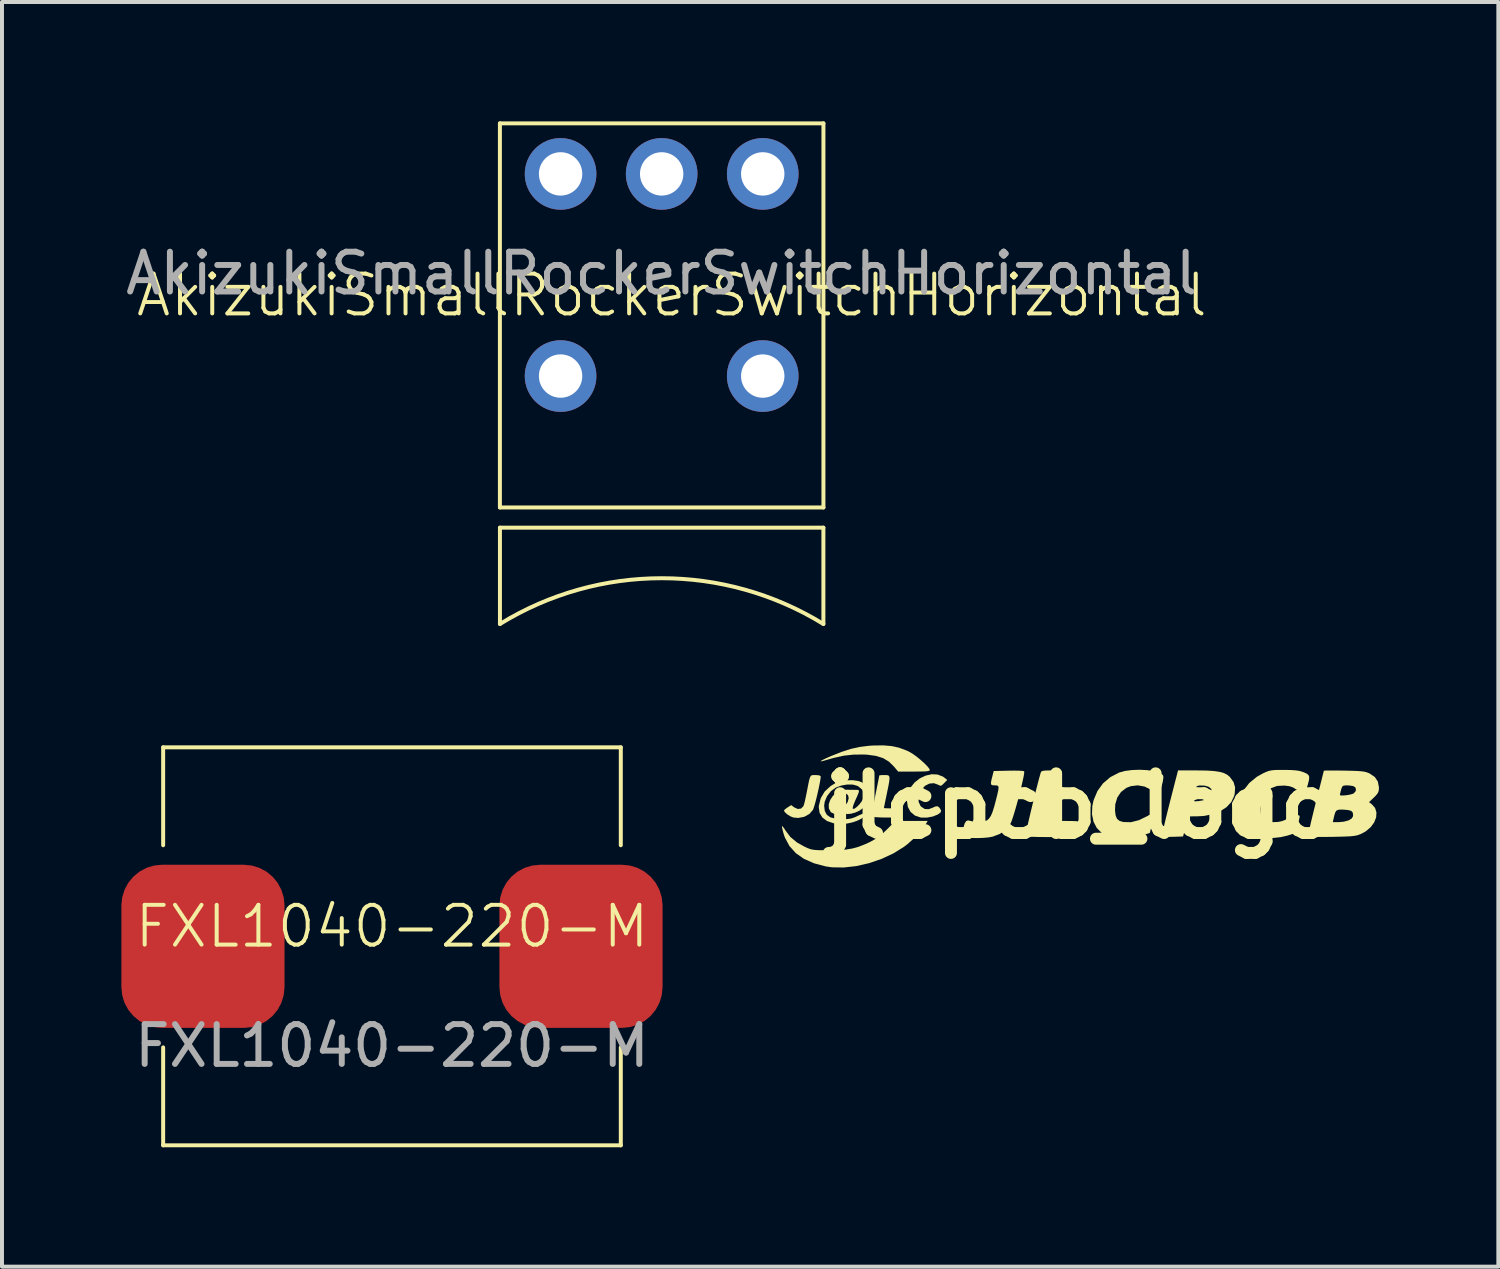
<source format=kicad_pcb>
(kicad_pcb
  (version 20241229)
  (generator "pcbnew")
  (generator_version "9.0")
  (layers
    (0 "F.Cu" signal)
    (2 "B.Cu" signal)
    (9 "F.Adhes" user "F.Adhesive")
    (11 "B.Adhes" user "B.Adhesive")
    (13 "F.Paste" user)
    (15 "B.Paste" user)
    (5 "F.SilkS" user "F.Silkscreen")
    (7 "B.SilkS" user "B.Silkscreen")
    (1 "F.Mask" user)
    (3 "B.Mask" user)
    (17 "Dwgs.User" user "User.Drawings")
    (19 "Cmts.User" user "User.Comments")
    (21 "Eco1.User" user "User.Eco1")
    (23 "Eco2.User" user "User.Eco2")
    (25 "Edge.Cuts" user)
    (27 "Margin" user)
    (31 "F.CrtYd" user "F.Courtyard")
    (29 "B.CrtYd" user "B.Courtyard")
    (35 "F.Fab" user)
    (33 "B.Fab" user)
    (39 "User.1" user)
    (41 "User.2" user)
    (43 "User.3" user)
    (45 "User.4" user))
  (footprint "AkizukiSmallRockerSwitchHorizontal"
    (layer "F.Cu")
    (at 13.577 1.32)
    (property "Reference" "AkizukiSmallRockerSwitchHorizontal" (at 0.254 3.048 0) (unlocked yes) (layer "F.SilkS") (effects (font (size 1 1) (thickness 0.1))))
    (attr through_hole)
    (fp_line (start -4.065 -1.27) (end 4.065 -1.27) (stroke (width 0.1) (type default)) (layer "F.SilkS"))
    (fp_line (start -4.065 8.382) (end -4.065 -1.27) (stroke (width 0.1) (type default)) (layer "F.SilkS"))
    (fp_line (start -4.064 8.89) (end 4.064 8.89) (stroke (width 0.1) (type default)) (layer "F.SilkS"))
    (fp_line (start -4.064 11.31) (end -4.064 8.89) (stroke (width 0.1) (type default)) (layer "F.SilkS"))
    (fp_line (start 4.064 8.89) (end 4.064 11.31) (stroke (width 0.1) (type default)) (layer "F.SilkS"))
    (fp_line (start 4.065 -1.27) (end 4.065 8.382) (stroke (width 0.1) (type default)) (layer "F.SilkS"))
    (fp_line (start 4.065 8.382) (end -4.065 8.382) (stroke (width 0.1) (type default)) (layer "F.SilkS"))
    (fp_arc (start -4.064 11.310283) (mid 0 10.16) (end 4.064 11.310283) (stroke (width 0.1) (type default)) (layer "F.SilkS"))
    (fp_text user "${REFERENCE}" (at 0 2.5 0) (unlocked yes) (layer "F.Fab") (effects (font (size 1 1) (thickness 0.15))))
    (pad "" thru_hole circle (at -2.54 5.08) (size 1.8 1.8) (drill 1.09) (layers "*.Cu" "*.Mask"))
    (pad "" thru_hole circle (at 2.54 5.08) (size 1.8 1.8) (drill 1.09) (layers "*.Cu" "*.Mask"))
    (pad "1" thru_hole circle (at 2.54 0) (size 1.8 1.8) (drill 1.09) (layers "*.Cu" "*.Mask"))
    (pad "2" thru_hole circle (at 0 0) (size 1.8 1.8) (drill 1.09) (layers "*.Cu" "*.Mask"))
    (pad "3" thru_hole circle (at -2.54 0) (size 1.8 1.8) (drill 1.09) (layers "*.Cu" "*.Mask")))
  (footprint "jlcpcb_logo"
    (layer "F.Cu")
    (at 24.097 17.205)
    (property "Reference" "jlcpcb_logo" (at 0 0 0) (layer "F.SilkS") (effects (font (size 1.5 1.5) (thickness 0.3))))
    (attr board_only exclude_from_pos_files exclude_from_bom)
    (fp_poly (pts (xy -4.735 -1.506) (xy -4.551 -1.465) (xy -4.368 -1.396) (xy -4.301 -1.365) (xy -4.216 -1.315) (xy -4.116 -1.244) (xy -4.013 -1.16) (xy -3.918 -1.074) (xy -3.84 -0.995) (xy -3.792 -0.933) (xy -3.781 -0.905) (xy -3.793 -0.889) (xy -3.834 -0.877) (xy -3.91 -0.87) (xy -4.031 -0.867) (xy -4.179 -0.866) (xy -4.577 -0.866) (xy -4.684 -0.993) (xy -4.809 -1.116) (xy -4.956 -1.204) (xy -5.134 -1.26) (xy -5.353 -1.29) (xy -5.425 -1.294) (xy -5.69 -1.293) (xy -5.94 -1.266) (xy -6.198 -1.209) (xy -6.342 -1.168) (xy -6.456 -1.135) (xy -6.516 -1.123) (xy -6.523 -1.131) (xy -6.478 -1.158) (xy -6.382 -1.204) (xy -6.263 -1.256) (xy -5.998 -1.361) (xy -5.762 -1.437) (xy -5.536 -1.486) (xy -5.303 -1.515) (xy -5.181 -1.522) (xy -4.939 -1.524)) (stroke (width 0) (type solid)) (fill yes) (layer "F.SilkS"))
    (fp_poly (pts (xy -6.655 -0.779) (xy -6.651 -0.779) (xy -6.563 -0.772) (xy -6.525 -0.75) (xy -6.523 -0.74) (xy -6.53 -0.672) (xy -6.549 -0.566) (xy -6.576 -0.434) (xy -6.608 -0.292) (xy -6.642 -0.153) (xy -6.675 -0.031) (xy -6.703 0.058) (xy -6.719 0.098) (xy -6.812 0.202) (xy -6.939 0.271) (xy -7.087 0.299) (xy -7.211 0.288) (xy -7.284 0.259) (xy -7.36 0.212) (xy -7.42 0.16) (xy -7.447 0.115) (xy -7.447 0.113) (xy -7.425 0.086) (xy -7.37 0.044) (xy -7.355 0.034) (xy -7.264 -0.023) (xy -7.186 0.035) (xy -7.098 0.074) (xy -7.017 0.063) (xy -6.958 0.004) (xy -6.958 0.004) (xy -6.942 -0.044) (xy -6.919 -0.134) (xy -6.893 -0.254) (xy -6.871 -0.362) (xy -6.84 -0.524) (xy -6.817 -0.637) (xy -6.796 -0.711) (xy -6.774 -0.754) (xy -6.746 -0.774) (xy -6.708 -0.779)) (stroke (width 0) (type solid)) (fill yes) (layer "F.SilkS"))
    (fp_poly (pts (xy -4.864 -0.778) (xy -4.824 -0.77) (xy -4.801 -0.746) (xy -4.794 -0.699) (xy -4.801 -0.621) (xy -4.822 -0.503) (xy -4.856 -0.339) (xy -4.863 -0.302) (xy -4.891 -0.169) (xy -4.914 -0.059) (xy -4.929 0.018) (xy -4.935 0.05) (xy -4.935 0.051) (xy -4.909 0.054) (xy -4.839 0.057) (xy -4.739 0.058) (xy -4.718 0.058) (xy -4.593 0.062) (xy -4.517 0.076) (xy -4.483 0.108) (xy -4.484 0.161) (xy -4.501 0.211) (xy -4.53 0.289) (xy -4.876 0.289) (xy -5.011 0.287) (xy -5.124 0.281) (xy -5.203 0.273) (xy -5.237 0.263) (xy -5.236 0.228) (xy -5.226 0.146) (xy -5.206 0.026) (xy -5.179 -0.121) (xy -5.152 -0.261) (xy -5.119 -0.423) (xy -5.091 -0.564) (xy -5.069 -0.675) (xy -5.055 -0.747) (xy -5.051 -0.77) (xy -5.025 -0.775) (xy -4.96 -0.779) (xy -4.921 -0.779)) (stroke (width 0) (type solid)) (fill yes) (layer "F.SilkS"))
    (fp_poly (pts (xy -3.587 -0.792) (xy -3.455 -0.741) (xy -3.42 -0.717) (xy -3.344 -0.657) (xy -3.424 -0.574) (xy -3.478 -0.522) (xy -3.516 -0.509) (xy -3.558 -0.527) (xy -3.569 -0.534) (xy -3.678 -0.574) (xy -3.793 -0.564) (xy -3.901 -0.509) (xy -3.99 -0.413) (xy -4.012 -0.376) (xy -4.062 -0.235) (xy -4.064 -0.108) (xy -4.017 -0.005) (xy -3.999 0.016) (xy -3.91 0.074) (xy -3.81 0.079) (xy -3.713 0.043) (xy -3.633 0.008) (xy -3.582 0.007) (xy -3.54 0.041) (xy -3.533 0.051) (xy -3.498 0.113) (xy -3.51 0.16) (xy -3.574 0.209) (xy -3.577 0.211) (xy -3.705 0.263) (xy -3.856 0.291) (xy -3.999 0.29) (xy -4.012 0.288) (xy -4.158 0.238) (xy -4.266 0.147) (xy -4.333 0.023) (xy -4.357 -0.131) (xy -4.333 -0.306) (xy -4.33 -0.319) (xy -4.264 -0.468) (xy -4.161 -0.595) (xy -4.032 -0.696) (xy -3.886 -0.765) (xy -3.734 -0.799)) (stroke (width 0) (type solid)) (fill yes) (layer "F.SilkS"))
    (fp_poly (pts (xy -3.888 0.464) (xy -3.966 0.576) (xy -4.077 0.705) (xy -4.207 0.837) (xy -4.341 0.956) (xy -4.429 1.024) (xy -4.698 1.191) (xy -4.996 1.329) (xy -5.31 1.436) (xy -5.629 1.509) (xy -5.941 1.544) (xy -6.235 1.54) (xy -6.393 1.518) (xy -6.694 1.438) (xy -6.947 1.326) (xy -7.152 1.181) (xy -7.311 1.002) (xy -7.424 0.79) (xy -7.451 0.713) (xy -7.478 0.614) (xy -7.495 0.54) (xy -7.497 0.503) (xy -7.497 0.502) (xy -7.476 0.517) (xy -7.437 0.569) (xy -7.408 0.615) (xy -7.285 0.778) (xy -7.118 0.916) (xy -6.929 1.022) (xy -6.854 1.056) (xy -6.791 1.08) (xy -6.727 1.096) (xy -6.65 1.105) (xy -6.547 1.11) (xy -6.406 1.111) (xy -6.307 1.111) (xy -6.076 1.106) (xy -5.886 1.093) (xy -5.723 1.066) (xy -5.57 1.023) (xy -5.411 0.961) (xy -5.282 0.902) (xy -5.129 0.816) (xy -4.987 0.709) (xy -4.856 0.586) (xy -4.646 0.375) (xy -4.241 0.375) (xy -3.836 0.375)) (stroke (width 0) (type solid)) (fill yes) (layer "F.SilkS"))
    (fp_poly (pts (xy -0.597 -0.894) (xy -0.521 -0.889) (xy -0.48 -0.879) (xy -0.464 -0.86) (xy -0.462 -0.836) (xy -0.468 -0.795) (xy -0.487 -0.709) (xy -0.514 -0.587) (xy -0.548 -0.442) (xy -0.585 -0.284) (xy -0.624 -0.122) (xy -0.662 0.032) (xy -0.697 0.167) (xy -0.725 0.274) (xy -0.739 0.325) (xy -0.741 0.345) (xy -0.726 0.359) (xy -0.686 0.368) (xy -0.611 0.373) (xy -0.494 0.375) (xy -0.376 0.375) (xy -0.21 0.376) (xy -0.094 0.381) (xy -0.021 0.397) (xy 0.017 0.426) (xy 0.028 0.476) (xy 0.018 0.55) (xy 0.002 0.623) (xy -0.033 0.779) (xy -0.696 0.779) (xy -0.914 0.779) (xy -1.082 0.777) (xy -1.205 0.773) (xy -1.289 0.767) (xy -1.341 0.759) (xy -1.368 0.747) (xy -1.374 0.739) (xy -1.37 0.704) (xy -1.354 0.623) (xy -1.328 0.502) (xy -1.294 0.352) (xy -1.254 0.181) (xy -1.21 -0.002) (xy -1.164 -0.189) (xy -1.119 -0.371) (xy -1.076 -0.539) (xy -1.038 -0.685) (xy -1.006 -0.799) (xy -0.993 -0.844) (xy -0.978 -0.869) (xy -0.943 -0.884) (xy -0.876 -0.892) (xy -0.768 -0.895) (xy -0.72 -0.895)) (stroke (width 0) (type solid)) (fill yes) (layer "F.SilkS"))
    (fp_poly (pts (xy -1.543 -0.888) (xy -1.455 -0.883) (xy -1.412 -0.875) (xy -1.411 -0.874) (xy -1.409 -0.838) (xy -1.421 -0.757) (xy -1.446 -0.64) (xy -1.479 -0.496) (xy -1.519 -0.335) (xy -1.563 -0.167) (xy -1.608 -0.002) (xy -1.653 0.152) (xy -1.694 0.284) (xy -1.729 0.384) (xy -1.753 0.439) (xy -1.865 0.588) (xy -2.02 0.7) (xy -2.201 0.769) (xy -2.305 0.788) (xy -2.438 0.8) (xy -2.582 0.805) (xy -2.72 0.803) (xy -2.835 0.794) (xy -2.908 0.778) (xy -2.949 0.758) (xy -2.968 0.729) (xy -2.967 0.678) (xy -2.949 0.589) (xy -2.94 0.554) (xy -2.907 0.441) (xy -2.869 0.379) (xy -2.82 0.36) (xy -2.76 0.374) (xy -2.656 0.398) (xy -2.538 0.403) (xy -2.426 0.39) (xy -2.346 0.36) (xy -2.344 0.359) (xy -2.293 0.313) (xy -2.249 0.249) (xy -2.208 0.155) (xy -2.166 0.024) (xy -2.123 -0.138) (xy -2.085 -0.29) (xy -2.062 -0.395) (xy -2.054 -0.462) (xy -2.062 -0.499) (xy -2.087 -0.516) (xy -2.13 -0.519) (xy -2.15 -0.52) (xy -2.209 -0.523) (xy -2.24 -0.54) (xy -2.246 -0.582) (xy -2.232 -0.661) (xy -2.213 -0.736) (xy -2.176 -0.88) (xy -1.804 -0.888) (xy -1.663 -0.89)) (stroke (width 0) (type solid)) (fill yes) (layer "F.SilkS"))
    (fp_poly (pts (xy 1.674 -0.903) (xy 1.841 -0.88) (xy 1.948 -0.848) (xy 2.033 -0.811) (xy 2.075 -0.778) (xy 2.088 -0.737) (xy 2.087 -0.711) (xy 2.073 -0.613) (xy 2.046 -0.509) (xy 2.013 -0.415) (xy 1.979 -0.346) (xy 1.95 -0.318) (xy 1.948 -0.318) (xy 1.903 -0.333) (xy 1.83 -0.374) (xy 1.776 -0.41) (xy 1.617 -0.489) (xy 1.444 -0.52) (xy 1.272 -0.5) (xy 1.155 -0.455) (xy 1.023 -0.353) (xy 0.929 -0.213) (xy 0.879 -0.044) (xy 0.872 0.109) (xy 0.888 0.239) (xy 0.924 0.323) (xy 0.987 0.374) (xy 1.085 0.402) (xy 1.088 0.402) (xy 1.273 0.406) (xy 1.474 0.355) (xy 1.69 0.25) (xy 1.729 0.226) (xy 1.784 0.204) (xy 1.822 0.223) (xy 1.837 0.256) (xy 1.835 0.316) (xy 1.814 0.415) (xy 1.801 0.467) (xy 1.746 0.676) (xy 1.544 0.741) (xy 1.374 0.781) (xy 1.182 0.802) (xy 0.989 0.804) (xy 0.814 0.788) (xy 0.696 0.759) (xy 0.535 0.674) (xy 0.413 0.55) (xy 0.332 0.393) (xy 0.294 0.209) (xy 0.301 0.004) (xy 0.334 -0.146) (xy 0.43 -0.376) (xy 0.57 -0.569) (xy 0.754 -0.726) (xy 0.977 -0.842) (xy 1.118 -0.881) (xy 1.293 -0.904) (xy 1.485 -0.912)) (stroke (width 0) (type solid)) (fill yes) (layer "F.SilkS"))
    (fp_poly (pts (xy 3.161 -0.892) (xy 3.347 -0.881) (xy 3.491 -0.861) (xy 3.602 -0.831) (xy 3.688 -0.789) (xy 3.756 -0.733) (xy 3.759 -0.729) (xy 3.85 -0.604) (xy 3.89 -0.47) (xy 3.881 -0.316) (xy 3.866 -0.252) (xy 3.795 -0.102) (xy 3.676 0.027) (xy 3.515 0.131) (xy 3.319 0.206) (xy 3.095 0.25) (xy 2.924 0.259) (xy 2.715 0.26) (xy 2.684 0.382) (xy 2.655 0.493) (xy 2.623 0.612) (xy 2.617 0.635) (xy 2.582 0.765) (xy 2.329 0.773) (xy 2.201 0.775) (xy 2.12 0.77) (xy 2.076 0.757) (xy 2.062 0.741) (xy 2.061 0.717) (xy 2.069 0.665) (xy 2.086 0.581) (xy 2.113 0.463) (xy 2.15 0.306) (xy 2.199 0.107) (xy 2.261 -0.137) (xy 2.269 -0.167) (xy 2.829 -0.167) (xy 2.844 -0.129) (xy 2.888 -0.118) (xy 2.965 -0.124) (xy 2.972 -0.124) (xy 3.069 -0.141) (xy 3.15 -0.162) (xy 3.174 -0.173) (xy 3.234 -0.22) (xy 3.28 -0.276) (xy 3.31 -0.36) (xy 3.29 -0.431) (xy 3.225 -0.484) (xy 3.124 -0.514) (xy 2.993 -0.515) (xy 2.986 -0.515) (xy 2.935 -0.502) (xy 2.903 -0.468) (xy 2.877 -0.398) (xy 2.867 -0.361) (xy 2.838 -0.241) (xy 2.829 -0.167) (xy 2.269 -0.167) (xy 2.336 -0.43) (xy 2.425 -0.775) (xy 2.428 -0.787) (xy 2.456 -0.895) (xy 2.926 -0.895)) (stroke (width 0) (type solid)) (fill yes) (layer "F.SilkS"))
    (fp_poly (pts (xy 5.123 -0.908) (xy 5.289 -0.905) (xy 5.411 -0.897) (xy 5.506 -0.883) (xy 5.586 -0.859) (xy 5.614 -0.849) (xy 5.69 -0.814) (xy 5.735 -0.778) (xy 5.753 -0.728) (xy 5.746 -0.651) (xy 5.716 -0.536) (xy 5.701 -0.483) (xy 5.667 -0.382) (xy 5.629 -0.331) (xy 5.578 -0.327) (xy 5.501 -0.366) (xy 5.437 -0.41) (xy 5.346 -0.467) (xy 5.257 -0.498) (xy 5.142 -0.513) (xy 5.123 -0.514) (xy 4.944 -0.505) (xy 4.799 -0.45) (xy 4.683 -0.347) (xy 4.607 -0.226) (xy 4.551 -0.077) (xy 4.528 0.071) (xy 4.538 0.204) (xy 4.581 0.308) (xy 4.602 0.333) (xy 4.651 0.373) (xy 4.708 0.395) (xy 4.793 0.403) (xy 4.859 0.404) (xy 4.974 0.399) (xy 5.072 0.378) (xy 5.179 0.335) (xy 5.24 0.306) (xy 5.37 0.247) (xy 5.458 0.225) (xy 5.504 0.239) (xy 5.512 0.27) (xy 5.504 0.313) (xy 5.484 0.394) (xy 5.459 0.49) (xy 5.406 0.678) (xy 5.207 0.742) (xy 5.04 0.781) (xy 4.851 0.802) (xy 4.66 0.805) (xy 4.486 0.789) (xy 4.364 0.76) (xy 4.219 0.684) (xy 4.096 0.575) (xy 4.009 0.445) (xy 3.983 0.375) (xy 3.966 0.273) (xy 3.959 0.146) (xy 3.961 0.055) (xy 4.006 -0.179) (xy 4.102 -0.393) (xy 4.246 -0.579) (xy 4.435 -0.734) (xy 4.584 -0.818) (xy 4.669 -0.857) (xy 4.74 -0.883) (xy 4.813 -0.898) (xy 4.901 -0.906) (xy 5.022 -0.908)) (stroke (width 0) (type solid)) (fill yes) (layer "F.SilkS"))
    (fp_poly (pts (xy 6.483 -0.892) (xy 6.631 -0.89) (xy 6.82 -0.886) (xy 6.961 -0.881) (xy 7.064 -0.873) (xy 7.14 -0.863) (xy 7.2 -0.847) (xy 7.252 -0.826) (xy 7.274 -0.816) (xy 7.401 -0.729) (xy 7.477 -0.615) (xy 7.504 -0.472) (xy 7.505 -0.46) (xy 7.499 -0.383) (xy 7.475 -0.323) (xy 7.422 -0.258) (xy 7.38 -0.217) (xy 7.256 -0.098) (xy 7.324 -0.046) (xy 7.407 0.047) (xy 7.442 0.161) (xy 7.434 0.285) (xy 7.385 0.411) (xy 7.298 0.53) (xy 7.176 0.634) (xy 7.064 0.696) (xy 7.008 0.719) (xy 6.953 0.737) (xy 6.888 0.749) (xy 6.804 0.759) (xy 6.691 0.765) (xy 6.541 0.77) (xy 6.343 0.774) (xy 6.328 0.774) (xy 6.123 0.777) (xy 5.969 0.777) (xy 5.859 0.775) (xy 5.787 0.769) (xy 5.746 0.76) (xy 5.729 0.746) (xy 5.729 0.746) (xy 5.732 0.709) (xy 5.748 0.623) (xy 5.776 0.497) (xy 5.797 0.404) (xy 6.345 0.404) (xy 6.499 0.404) (xy 6.621 0.393) (xy 6.73 0.364) (xy 6.754 0.354) (xy 6.824 0.309) (xy 6.852 0.257) (xy 6.855 0.218) (xy 6.844 0.16) (xy 6.805 0.122) (xy 6.729 0.1) (xy 6.607 0.09) (xy 6.573 0.089) (xy 6.493 0.092) (xy 6.442 0.11) (xy 6.408 0.156) (xy 6.382 0.24) (xy 6.366 0.31) (xy 6.345 0.404) (xy 5.797 0.404) (xy 5.813 0.338) (xy 5.858 0.152) (xy 5.909 -0.052) (xy 5.917 -0.084) (xy 5.966 -0.277) (xy 6.523 -0.277) (xy 6.548 -0.265) (xy 6.612 -0.265) (xy 6.695 -0.273) (xy 6.781 -0.288) (xy 6.851 -0.309) (xy 6.869 -0.317) (xy 6.917 -0.37) (xy 6.927 -0.416) (xy 6.911 -0.47) (xy 6.856 -0.502) (xy 6.757 -0.517) (xy 6.691 -0.519) (xy 6.619 -0.514) (xy 6.582 -0.488) (xy 6.557 -0.423) (xy 6.554 -0.411) (xy 6.534 -0.335) (xy 6.524 -0.283) (xy 6.523 -0.277) (xy 5.966 -0.277) (xy 5.969 -0.288) (xy 6.016 -0.474) (xy 6.057 -0.634) (xy 6.088 -0.761) (xy 6.11 -0.847) (xy 6.119 -0.886) (xy 6.119 -0.887) (xy 6.146 -0.891) (xy 6.222 -0.893) (xy 6.338 -0.893)) (stroke (width 0) (type solid)) (fill yes) (layer "F.SilkS"))
    (fp_poly (pts (xy -5.575 -0.629) (xy -5.492 -0.598) (xy -5.39 -0.512) (xy -5.327 -0.393) (xy -5.311 -0.289) (xy -5.33 -0.185) (xy -5.379 -0.069) (xy -5.445 0.032) (xy -5.475 0.064) (xy -5.557 0.12) (xy -5.658 0.165) (xy -5.762 0.193) (xy -5.853 0.202) (xy -5.917 0.187) (xy -5.932 0.173) (xy -5.97 0.16) (xy -6.003 0.173) (xy -6.096 0.2) (xy -6.193 0.193) (xy -6.268 0.155) (xy -6.273 0.149) (xy -6.319 0.06) (xy -6.321 -0.021) (xy -6.148 -0.021) (xy -6.13 0.055) (xy -6.083 0.088) (xy -6.015 0.076) (xy -5.934 0.017) (xy -5.918 0.001) (xy -5.846 -0.1) (xy -5.82 -0.198) (xy -5.836 -0.271) (xy -5.884 -0.312) (xy -5.947 -0.309) (xy -6.016 -0.272) (xy -6.079 -0.208) (xy -6.126 -0.126) (xy -6.148 -0.034) (xy -6.148 -0.021) (xy -6.321 -0.021) (xy -6.321 -0.044) (xy -6.285 -0.153) (xy -6.218 -0.254) (xy -6.128 -0.338) (xy -6.021 -0.394) (xy -5.91 -0.411) (xy -5.794 -0.408) (xy -5.676 -0.407) (xy -5.665 -0.407) (xy -5.608 -0.407) (xy -5.574 -0.401) (xy -5.561 -0.38) (xy -5.571 -0.335) (xy -5.602 -0.257) (xy -5.656 -0.137) (xy -5.668 -0.109) (xy -5.703 -0.022) (xy -5.719 0.044) (xy -5.716 0.072) (xy -5.675 0.066) (xy -5.617 0.024) (xy -5.552 -0.041) (xy -5.494 -0.117) (xy -5.455 -0.192) (xy -5.451 -0.203) (xy -5.44 -0.317) (xy -5.481 -0.412) (xy -5.576 -0.492) (xy -5.605 -0.508) (xy -5.715 -0.539) (xy -5.854 -0.541) (xy -6.002 -0.516) (xy -6.139 -0.466) (xy -6.144 -0.464) (xy -6.267 -0.373) (xy -6.364 -0.249) (xy -6.423 -0.108) (xy -6.437 -0.007) (xy -6.421 0.124) (xy -6.371 0.219) (xy -6.281 0.283) (xy -6.148 0.319) (xy -5.974 0.33) (xy -5.846 0.327) (xy -5.749 0.311) (xy -5.656 0.278) (xy -5.592 0.247) (xy -5.504 0.207) (xy -5.438 0.183) (xy -5.408 0.182) (xy -5.399 0.223) (xy -5.437 0.271) (xy -5.51 0.323) (xy -5.61 0.371) (xy -5.727 0.411) (xy -5.85 0.438) (xy -5.903 0.444) (xy -6.023 0.448) (xy -6.144 0.441) (xy -6.202 0.432) (xy -6.364 0.377) (xy -6.481 0.289) (xy -6.552 0.171) (xy -6.572 0.029) (xy -6.57 -0.005) (xy -6.522 -0.198) (xy -6.424 -0.364) (xy -6.274 -0.503) (xy -6.148 -0.581) (xy -6.023 -0.625) (xy -5.872 -0.648) (xy -5.715 -0.649)) (stroke (width 0) (type solid)) (fill yes) (layer "F.SilkS")))
  (footprint "FXL1040-220-M"
    (layer "F.Cu")
    (at 6.8 20.73)
    (property "Reference" "FXL1040-220-M" (at 0 -0.5 0) (unlocked yes) (layer "F.SilkS") (effects (font (size 1 1) (thickness 0.1))))
    (attr smd)
    (fp_line (start -5.75 -5) (end 5.75 -5) (stroke (width 0.1) (type default)) (layer "F.SilkS"))
    (fp_line (start -5.75 -2.54) (end -5.75 -5) (stroke (width 0.1) (type default)) (layer "F.SilkS"))
    (fp_line (start -5.75 5) (end -5.75 2.54) (stroke (width 0.1) (type default)) (layer "F.SilkS"))
    (fp_line (start 5.75 -5) (end 5.75 -2.54) (stroke (width 0.1) (type default)) (layer "F.SilkS"))
    (fp_line (start 5.75 2.54) (end 5.75 5) (stroke (width 0.1) (type default)) (layer "F.SilkS"))
    (fp_line (start 5.75 5) (end -5.75 5) (stroke (width 0.1) (type default)) (layer "F.SilkS"))
    (fp_rect (start -5.75 -5) (end 5.75 5) (stroke (width 0.1) (type default)) (fill no) (layer "User.1"))
    (fp_text user "${REFERENCE}" (at 0 2.5 0) (unlocked yes) (layer "F.Fab") (effects (font (size 1 1) (thickness 0.15))))
    (pad "1" smd roundrect (at 4.75 0) (size 4.1 4.1) (layers "F.Cu" "F.Mask" "F.Paste") (roundrect_rratio 0.25))
    (pad "2" smd roundrect (at -4.75 0) (size 4.1 4.1) (layers "F.Cu" "F.Mask" "F.Paste") (roundrect_rratio 0.25)))
  (gr_rect
    (start -3 -3)
    (end 34.602 28.78)
    (stroke (width 0.1) (type default))
    (fill no)
    (layer "Edge.Cuts")))
</source>
